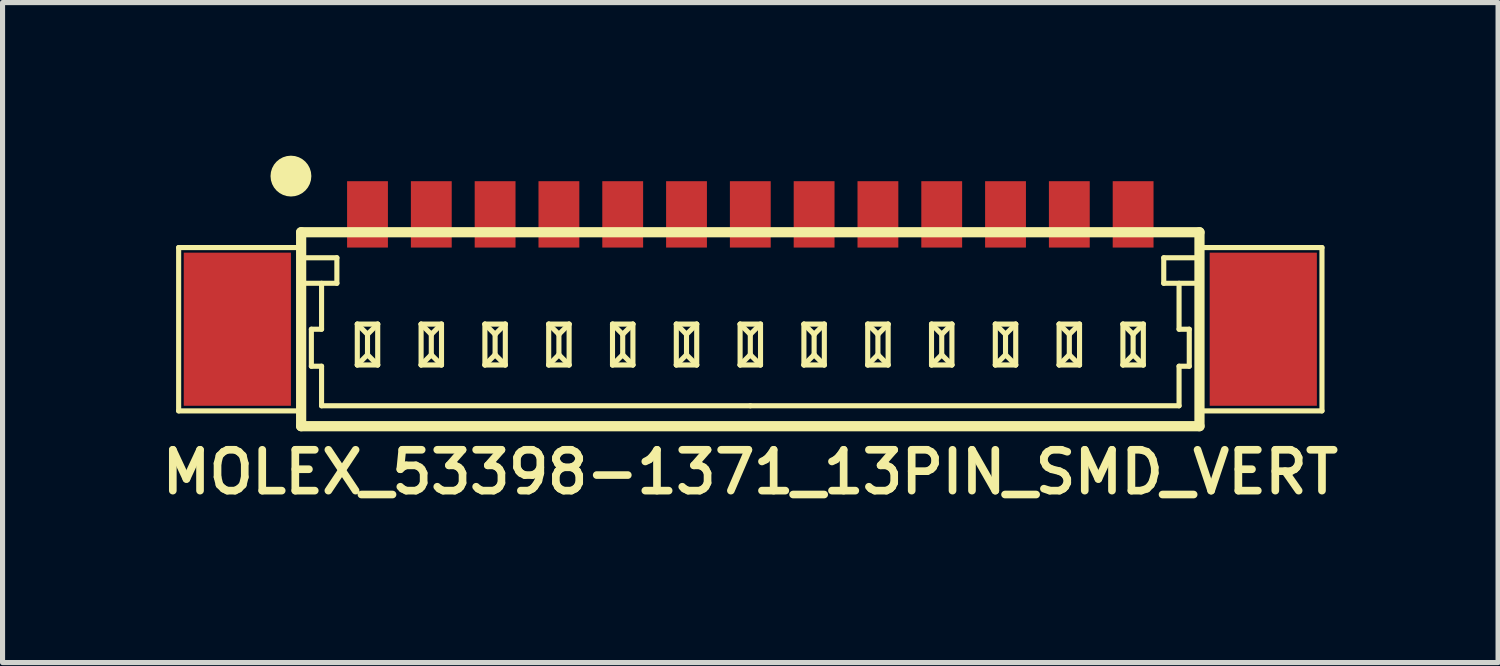
<source format=kicad_pcb>
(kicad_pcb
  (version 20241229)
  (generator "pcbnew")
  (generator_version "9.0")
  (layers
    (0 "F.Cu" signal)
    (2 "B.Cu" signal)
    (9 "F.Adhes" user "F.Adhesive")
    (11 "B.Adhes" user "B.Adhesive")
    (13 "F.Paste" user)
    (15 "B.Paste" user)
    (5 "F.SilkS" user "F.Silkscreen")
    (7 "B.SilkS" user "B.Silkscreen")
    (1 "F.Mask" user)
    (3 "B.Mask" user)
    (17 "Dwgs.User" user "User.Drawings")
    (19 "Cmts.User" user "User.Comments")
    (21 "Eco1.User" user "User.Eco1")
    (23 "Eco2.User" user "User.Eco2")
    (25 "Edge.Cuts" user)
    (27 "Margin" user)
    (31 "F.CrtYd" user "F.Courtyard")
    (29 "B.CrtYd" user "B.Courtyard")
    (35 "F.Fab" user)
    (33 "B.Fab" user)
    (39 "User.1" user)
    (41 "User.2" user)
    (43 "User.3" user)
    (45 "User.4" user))
  (footprint "MOLEX_53398-1371_13PIN_SMD_VERT"
    (layer "F.Cu")
    (at 11.65 3.4)
    (property "Reference" "MOLEX_53398-1371_13PIN_SMD_VERT" (at 0 2.8 0) (layer "F.SilkS") (effects (font (size 0.8 0.8) (thickness 0.15))))
    (attr through_hole)
    (fp_line (start -11.2 -1.6) (end -8.8 -1.6) (stroke (width 0.1) (type solid)) (layer "F.SilkS"))
    (fp_line (start -11.2 1.6) (end -11.2 -1.6) (stroke (width 0.1) (type solid)) (layer "F.SilkS"))
    (fp_line (start -8.8 -1.9) (end -8.8 1.9) (stroke (width 0.2) (type solid)) (layer "F.SilkS"))
    (fp_line (start -8.8 -1.9) (end 8.8 -1.9) (stroke (width 0.2) (type solid)) (layer "F.SilkS"))
    (fp_line (start -8.8 -0.9) (end -8.1 -0.9) (stroke (width 0.1) (type solid)) (layer "F.SilkS"))
    (fp_line (start -8.8 1.6) (end -11.2 1.6) (stroke (width 0.1) (type solid)) (layer "F.SilkS"))
    (fp_line (start -8.8 1.9) (end 8.8 1.9) (stroke (width 0.2) (type solid)) (layer "F.SilkS"))
    (fp_line (start -8.6 0) (end -8.4 0) (stroke (width 0.1) (type solid)) (layer "F.SilkS"))
    (fp_line (start -8.6 0.725) (end -8.6 0) (stroke (width 0.1) (type solid)) (layer "F.SilkS"))
    (fp_line (start -8.4 0) (end -8.4 -0.9) (stroke (width 0.1) (type solid)) (layer "F.SilkS"))
    (fp_line (start -8.4 0.725) (end -8.6 0.725) (stroke (width 0.1) (type solid)) (layer "F.SilkS"))
    (fp_line (start -8.4 1.5) (end -8.4 0.725) (stroke (width 0.1) (type solid)) (layer "F.SilkS"))
    (fp_line (start -8.1 -1.4) (end -8.8 -1.4) (stroke (width 0.1) (type solid)) (layer "F.SilkS"))
    (fp_line (start -8.1 -0.9) (end -8.1 -1.4) (stroke (width 0.1) (type solid)) (layer "F.SilkS"))
    (fp_line (start -7.7 -0.1) (end -7.7 0.7) (stroke (width 0.1) (type solid)) (layer "F.SilkS"))
    (fp_line (start -7.7 -0.1) (end -7.5 0.1) (stroke (width 0.1) (type solid)) (layer "F.SilkS"))
    (fp_line (start -7.7 -0.1) (end -7.3 -0.1) (stroke (width 0.1) (type solid)) (layer "F.SilkS"))
    (fp_line (start -7.7 0.7) (end -7.5 0.5) (stroke (width 0.1) (type solid)) (layer "F.SilkS"))
    (fp_line (start -7.7 0.7) (end -7.3 0.7) (stroke (width 0.1) (type solid)) (layer "F.SilkS"))
    (fp_line (start -7.5 0.1) (end -7.3 -0.1) (stroke (width 0.1) (type solid)) (layer "F.SilkS"))
    (fp_line (start -7.5 0.5) (end -7.5 0.1) (stroke (width 0.1) (type solid)) (layer "F.SilkS"))
    (fp_line (start -7.5 0.5) (end -7.3 0.7) (stroke (width 0.1) (type solid)) (layer "F.SilkS"))
    (fp_line (start -7.3 -0.1) (end -7.3 0.7) (stroke (width 0.1) (type solid)) (layer "F.SilkS"))
    (fp_line (start -6.45 -0.1) (end -6.45 0.7) (stroke (width 0.1) (type solid)) (layer "F.SilkS"))
    (fp_line (start -6.45 -0.1) (end -6.25 0.1) (stroke (width 0.1) (type solid)) (layer "F.SilkS"))
    (fp_line (start -6.45 -0.1) (end -6.05 -0.1) (stroke (width 0.1) (type solid)) (layer "F.SilkS"))
    (fp_line (start -6.45 0.7) (end -6.25 0.5) (stroke (width 0.1) (type solid)) (layer "F.SilkS"))
    (fp_line (start -6.45 0.7) (end -6.05 0.7) (stroke (width 0.1) (type solid)) (layer "F.SilkS"))
    (fp_line (start -6.25 0.1) (end -6.05 -0.1) (stroke (width 0.1) (type solid)) (layer "F.SilkS"))
    (fp_line (start -6.25 0.5) (end -6.25 0.1) (stroke (width 0.1) (type solid)) (layer "F.SilkS"))
    (fp_line (start -6.25 0.5) (end -6.05 0.7) (stroke (width 0.1) (type solid)) (layer "F.SilkS"))
    (fp_line (start -6.05 -0.1) (end -6.05 0.7) (stroke (width 0.1) (type solid)) (layer "F.SilkS"))
    (fp_line (start -5.2 -0.1) (end -5.2 0.7) (stroke (width 0.1) (type solid)) (layer "F.SilkS"))
    (fp_line (start -5.2 -0.1) (end -5 0.1) (stroke (width 0.1) (type solid)) (layer "F.SilkS"))
    (fp_line (start -5.2 -0.1) (end -4.8 -0.1) (stroke (width 0.1) (type solid)) (layer "F.SilkS"))
    (fp_line (start -5.2 0.7) (end -5 0.5) (stroke (width 0.1) (type solid)) (layer "F.SilkS"))
    (fp_line (start -5.2 0.7) (end -4.8 0.7) (stroke (width 0.1) (type solid)) (layer "F.SilkS"))
    (fp_line (start -5 0.1) (end -4.8 -0.1) (stroke (width 0.1) (type solid)) (layer "F.SilkS"))
    (fp_line (start -5 0.5) (end -5 0.1) (stroke (width 0.1) (type solid)) (layer "F.SilkS"))
    (fp_line (start -5 0.5) (end -4.8 0.7) (stroke (width 0.1) (type solid)) (layer "F.SilkS"))
    (fp_line (start -4.8 -0.1) (end -4.8 0.7) (stroke (width 0.1) (type solid)) (layer "F.SilkS"))
    (fp_line (start -3.95 -0.1) (end -3.95 0.7) (stroke (width 0.1) (type solid)) (layer "F.SilkS"))
    (fp_line (start -3.95 -0.1) (end -3.75 0.1) (stroke (width 0.1) (type solid)) (layer "F.SilkS"))
    (fp_line (start -3.95 -0.1) (end -3.55 -0.1) (stroke (width 0.1) (type solid)) (layer "F.SilkS"))
    (fp_line (start -3.95 0.7) (end -3.75 0.5) (stroke (width 0.1) (type solid)) (layer "F.SilkS"))
    (fp_line (start -3.95 0.7) (end -3.55 0.7) (stroke (width 0.1) (type solid)) (layer "F.SilkS"))
    (fp_line (start -3.75 0.1) (end -3.55 -0.1) (stroke (width 0.1) (type solid)) (layer "F.SilkS"))
    (fp_line (start -3.75 0.5) (end -3.75 0.1) (stroke (width 0.1) (type solid)) (layer "F.SilkS"))
    (fp_line (start -3.75 0.5) (end -3.55 0.7) (stroke (width 0.1) (type solid)) (layer "F.SilkS"))
    (fp_line (start -3.55 -0.1) (end -3.55 0.7) (stroke (width 0.1) (type solid)) (layer "F.SilkS"))
    (fp_line (start -2.7 -0.1) (end -2.7 0.7) (stroke (width 0.1) (type solid)) (layer "F.SilkS"))
    (fp_line (start -2.7 -0.1) (end -2.5 0.1) (stroke (width 0.1) (type solid)) (layer "F.SilkS"))
    (fp_line (start -2.7 -0.1) (end -2.3 -0.1) (stroke (width 0.1) (type solid)) (layer "F.SilkS"))
    (fp_line (start -2.7 0.7) (end -2.5 0.5) (stroke (width 0.1) (type solid)) (layer "F.SilkS"))
    (fp_line (start -2.7 0.7) (end -2.3 0.7) (stroke (width 0.1) (type solid)) (layer "F.SilkS"))
    (fp_line (start -2.5 0.1) (end -2.3 -0.1) (stroke (width 0.1) (type solid)) (layer "F.SilkS"))
    (fp_line (start -2.5 0.5) (end -2.5 0.1) (stroke (width 0.1) (type solid)) (layer "F.SilkS"))
    (fp_line (start -2.5 0.5) (end -2.3 0.7) (stroke (width 0.1) (type solid)) (layer "F.SilkS"))
    (fp_line (start -2.3 -0.1) (end -2.3 0.7) (stroke (width 0.1) (type solid)) (layer "F.SilkS"))
    (fp_line (start -1.45 -0.1) (end -1.45 0.7) (stroke (width 0.1) (type solid)) (layer "F.SilkS"))
    (fp_line (start -1.45 -0.1) (end -1.25 0.1) (stroke (width 0.1) (type solid)) (layer "F.SilkS"))
    (fp_line (start -1.45 -0.1) (end -1.05 -0.1) (stroke (width 0.1) (type solid)) (layer "F.SilkS"))
    (fp_line (start -1.45 0.7) (end -1.25 0.5) (stroke (width 0.1) (type solid)) (layer "F.SilkS"))
    (fp_line (start -1.45 0.7) (end -1.05 0.7) (stroke (width 0.1) (type solid)) (layer "F.SilkS"))
    (fp_line (start -1.25 0.1) (end -1.05 -0.1) (stroke (width 0.1) (type solid)) (layer "F.SilkS"))
    (fp_line (start -1.25 0.5) (end -1.25 0.1) (stroke (width 0.1) (type solid)) (layer "F.SilkS"))
    (fp_line (start -1.25 0.5) (end -1.05 0.7) (stroke (width 0.1) (type solid)) (layer "F.SilkS"))
    (fp_line (start -1.05 -0.1) (end -1.05 0.7) (stroke (width 0.1) (type solid)) (layer "F.SilkS"))
    (fp_line (start -0.2 -0.1) (end -0.2 0.7) (stroke (width 0.1) (type solid)) (layer "F.SilkS"))
    (fp_line (start -0.2 -0.1) (end 0 0.1) (stroke (width 0.1) (type solid)) (layer "F.SilkS"))
    (fp_line (start -0.2 -0.1) (end 0.2 -0.1) (stroke (width 0.1) (type solid)) (layer "F.SilkS"))
    (fp_line (start -0.2 0.7) (end 0 0.5) (stroke (width 0.1) (type solid)) (layer "F.SilkS"))
    (fp_line (start -0.2 0.7) (end 0.2 0.7) (stroke (width 0.1) (type solid)) (layer "F.SilkS"))
    (fp_line (start 0 0.1) (end 0.2 -0.1) (stroke (width 0.1) (type solid)) (layer "F.SilkS"))
    (fp_line (start 0 0.5) (end 0 0.1) (stroke (width 0.1) (type solid)) (layer "F.SilkS"))
    (fp_line (start 0 0.5) (end 0.2 0.7) (stroke (width 0.1) (type solid)) (layer "F.SilkS"))
    (fp_line (start 0 1.5) (end -8.4 1.5) (stroke (width 0.1) (type solid)) (layer "F.SilkS"))
    (fp_line (start 0 1.5) (end 8.4 1.5) (stroke (width 0.1) (type solid)) (layer "F.SilkS"))
    (fp_line (start 0.2 -0.1) (end 0.2 0.7) (stroke (width 0.1) (type solid)) (layer "F.SilkS"))
    (fp_line (start 1.05 -0.1) (end 1.05 0.7) (stroke (width 0.1) (type solid)) (layer "F.SilkS"))
    (fp_line (start 1.05 -0.1) (end 1.25 0.1) (stroke (width 0.1) (type solid)) (layer "F.SilkS"))
    (fp_line (start 1.05 -0.1) (end 1.45 -0.1) (stroke (width 0.1) (type solid)) (layer "F.SilkS"))
    (fp_line (start 1.05 0.7) (end 1.25 0.5) (stroke (width 0.1) (type solid)) (layer "F.SilkS"))
    (fp_line (start 1.05 0.7) (end 1.45 0.7) (stroke (width 0.1) (type solid)) (layer "F.SilkS"))
    (fp_line (start 1.25 0.1) (end 1.45 -0.1) (stroke (width 0.1) (type solid)) (layer "F.SilkS"))
    (fp_line (start 1.25 0.5) (end 1.25 0.1) (stroke (width 0.1) (type solid)) (layer "F.SilkS"))
    (fp_line (start 1.25 0.5) (end 1.45 0.7) (stroke (width 0.1) (type solid)) (layer "F.SilkS"))
    (fp_line (start 1.45 -0.1) (end 1.45 0.7) (stroke (width 0.1) (type solid)) (layer "F.SilkS"))
    (fp_line (start 2.3 -0.1) (end 2.3 0.7) (stroke (width 0.1) (type solid)) (layer "F.SilkS"))
    (fp_line (start 2.3 -0.1) (end 2.5 0.1) (stroke (width 0.1) (type solid)) (layer "F.SilkS"))
    (fp_line (start 2.3 -0.1) (end 2.7 -0.1) (stroke (width 0.1) (type solid)) (layer "F.SilkS"))
    (fp_line (start 2.3 0.7) (end 2.5 0.5) (stroke (width 0.1) (type solid)) (layer "F.SilkS"))
    (fp_line (start 2.3 0.7) (end 2.7 0.7) (stroke (width 0.1) (type solid)) (layer "F.SilkS"))
    (fp_line (start 2.5 0.1) (end 2.7 -0.1) (stroke (width 0.1) (type solid)) (layer "F.SilkS"))
    (fp_line (start 2.5 0.5) (end 2.5 0.1) (stroke (width 0.1) (type solid)) (layer "F.SilkS"))
    (fp_line (start 2.5 0.5) (end 2.7 0.7) (stroke (width 0.1) (type solid)) (layer "F.SilkS"))
    (fp_line (start 2.7 -0.1) (end 2.7 0.7) (stroke (width 0.1) (type solid)) (layer "F.SilkS"))
    (fp_line (start 3.55 -0.1) (end 3.55 0.7) (stroke (width 0.1) (type solid)) (layer "F.SilkS"))
    (fp_line (start 3.55 -0.1) (end 3.75 0.1) (stroke (width 0.1) (type solid)) (layer "F.SilkS"))
    (fp_line (start 3.55 -0.1) (end 3.95 -0.1) (stroke (width 0.1) (type solid)) (layer "F.SilkS"))
    (fp_line (start 3.55 0.7) (end 3.75 0.5) (stroke (width 0.1) (type solid)) (layer "F.SilkS"))
    (fp_line (start 3.55 0.7) (end 3.95 0.7) (stroke (width 0.1) (type solid)) (layer "F.SilkS"))
    (fp_line (start 3.75 0.1) (end 3.95 -0.1) (stroke (width 0.1) (type solid)) (layer "F.SilkS"))
    (fp_line (start 3.75 0.5) (end 3.75 0.1) (stroke (width 0.1) (type solid)) (layer "F.SilkS"))
    (fp_line (start 3.75 0.5) (end 3.95 0.7) (stroke (width 0.1) (type solid)) (layer "F.SilkS"))
    (fp_line (start 3.95 -0.1) (end 3.95 0.7) (stroke (width 0.1) (type solid)) (layer "F.SilkS"))
    (fp_line (start 4.8 -0.1) (end 4.8 0.7) (stroke (width 0.1) (type solid)) (layer "F.SilkS"))
    (fp_line (start 4.8 -0.1) (end 5 0.1) (stroke (width 0.1) (type solid)) (layer "F.SilkS"))
    (fp_line (start 4.8 -0.1) (end 5.2 -0.1) (stroke (width 0.1) (type solid)) (layer "F.SilkS"))
    (fp_line (start 4.8 0.7) (end 5 0.5) (stroke (width 0.1) (type solid)) (layer "F.SilkS"))
    (fp_line (start 4.8 0.7) (end 5.2 0.7) (stroke (width 0.1) (type solid)) (layer "F.SilkS"))
    (fp_line (start 5 0.1) (end 5.2 -0.1) (stroke (width 0.1) (type solid)) (layer "F.SilkS"))
    (fp_line (start 5 0.5) (end 5 0.1) (stroke (width 0.1) (type solid)) (layer "F.SilkS"))
    (fp_line (start 5 0.5) (end 5.2 0.7) (stroke (width 0.1) (type solid)) (layer "F.SilkS"))
    (fp_line (start 5.2 -0.1) (end 5.2 0.7) (stroke (width 0.1) (type solid)) (layer "F.SilkS"))
    (fp_line (start 6.05 -0.1) (end 6.05 0.7) (stroke (width 0.1) (type solid)) (layer "F.SilkS"))
    (fp_line (start 6.05 -0.1) (end 6.25 0.1) (stroke (width 0.1) (type solid)) (layer "F.SilkS"))
    (fp_line (start 6.05 -0.1) (end 6.45 -0.1) (stroke (width 0.1) (type solid)) (layer "F.SilkS"))
    (fp_line (start 6.05 0.7) (end 6.25 0.5) (stroke (width 0.1) (type solid)) (layer "F.SilkS"))
    (fp_line (start 6.05 0.7) (end 6.45 0.7) (stroke (width 0.1) (type solid)) (layer "F.SilkS"))
    (fp_line (start 6.25 0.1) (end 6.45 -0.1) (stroke (width 0.1) (type solid)) (layer "F.SilkS"))
    (fp_line (start 6.25 0.5) (end 6.25 0.1) (stroke (width 0.1) (type solid)) (layer "F.SilkS"))
    (fp_line (start 6.25 0.5) (end 6.45 0.7) (stroke (width 0.1) (type solid)) (layer "F.SilkS"))
    (fp_line (start 6.45 -0.1) (end 6.45 0.7) (stroke (width 0.1) (type solid)) (layer "F.SilkS"))
    (fp_line (start 7.3 -0.1) (end 7.3 0.7) (stroke (width 0.1) (type solid)) (layer "F.SilkS"))
    (fp_line (start 7.3 -0.1) (end 7.5 0.1) (stroke (width 0.1) (type solid)) (layer "F.SilkS"))
    (fp_line (start 7.3 -0.1) (end 7.7 -0.1) (stroke (width 0.1) (type solid)) (layer "F.SilkS"))
    (fp_line (start 7.3 0.7) (end 7.5 0.5) (stroke (width 0.1) (type solid)) (layer "F.SilkS"))
    (fp_line (start 7.3 0.7) (end 7.7 0.7) (stroke (width 0.1) (type solid)) (layer "F.SilkS"))
    (fp_line (start 7.5 0.1) (end 7.7 -0.1) (stroke (width 0.1) (type solid)) (layer "F.SilkS"))
    (fp_line (start 7.5 0.5) (end 7.5 0.1) (stroke (width 0.1) (type solid)) (layer "F.SilkS"))
    (fp_line (start 7.5 0.5) (end 7.7 0.7) (stroke (width 0.1) (type solid)) (layer "F.SilkS"))
    (fp_line (start 7.7 -0.1) (end 7.7 0.7) (stroke (width 0.1) (type solid)) (layer "F.SilkS"))
    (fp_line (start 8.1 -1.4) (end 8.8 -1.4) (stroke (width 0.1) (type solid)) (layer "F.SilkS"))
    (fp_line (start 8.1 -0.9) (end 8.1 -1.4) (stroke (width 0.1) (type solid)) (layer "F.SilkS"))
    (fp_line (start 8.4 0) (end 8.4 -0.9) (stroke (width 0.1) (type solid)) (layer "F.SilkS"))
    (fp_line (start 8.4 0.725) (end 8.6 0.725) (stroke (width 0.1) (type solid)) (layer "F.SilkS"))
    (fp_line (start 8.4 1.5) (end 8.4 0.725) (stroke (width 0.1) (type solid)) (layer "F.SilkS"))
    (fp_line (start 8.6 0) (end 8.4 0) (stroke (width 0.1) (type solid)) (layer "F.SilkS"))
    (fp_line (start 8.6 0.725) (end 8.6 0) (stroke (width 0.1) (type solid)) (layer "F.SilkS"))
    (fp_line (start 8.8 -1.9) (end 8.8 1.9) (stroke (width 0.2) (type solid)) (layer "F.SilkS"))
    (fp_line (start 8.8 -0.9) (end 8.1 -0.9) (stroke (width 0.1) (type solid)) (layer "F.SilkS"))
    (fp_line (start 8.8 1.6) (end 11.2 1.6) (stroke (width 0.1) (type solid)) (layer "F.SilkS"))
    (fp_line (start 11.2 -1.6) (end 8.8 -1.6) (stroke (width 0.1) (type solid)) (layer "F.SilkS"))
    (fp_line (start 11.2 1.6) (end 11.2 -1.6) (stroke (width 0.1) (type solid)) (layer "F.SilkS"))
    (fp_circle (center -9 -3) (end -9 -2.8) (stroke (width 0.4) (type solid)) (fill no) (layer "F.SilkS"))
    (pad "" smd rect (at -10.05 0) (size 2.1 3) (layers "F.Cu" "F.Mask"))
    (pad "" smd rect (at 10.05 0) (size 2.1 3) (layers "F.Cu" "F.Mask"))
    (pad "1" smd rect (at -7.5 -2.25) (size 0.8 1.3) (layers "F.Cu" "F.Mask"))
    (pad "2" smd rect (at -6.25 -2.25) (size 0.8 1.3) (layers "F.Cu" "F.Mask"))
    (pad "3" smd rect (at -5 -2.25) (size 0.8 1.3) (layers "F.Cu" "F.Mask"))
    (pad "4" smd rect (at -3.75 -2.25) (size 0.8 1.3) (layers "F.Cu" "F.Mask"))
    (pad "5" smd rect (at -2.5 -2.25) (size 0.8 1.3) (layers "F.Cu" "F.Mask"))
    (pad "6" smd rect (at -1.25 -2.25) (size 0.8 1.3) (layers "F.Cu" "F.Mask"))
    (pad "7" smd rect (at 0 -2.25) (size 0.8 1.3) (layers "F.Cu" "F.Mask"))
    (pad "8" smd rect (at 1.25 -2.25) (size 0.8 1.3) (layers "F.Cu" "F.Mask"))
    (pad "9" smd rect (at 2.5 -2.25) (size 0.8 1.3) (layers "F.Cu" "F.Mask"))
    (pad "10" smd rect (at 3.75 -2.25) (size 0.8 1.3) (layers "F.Cu" "F.Mask"))
    (pad "11" smd rect (at 5 -2.25) (size 0.8 1.3) (layers "F.Cu" "F.Mask"))
    (pad "12" smd rect (at 6.25 -2.25) (size 0.8 1.3) (layers "F.Cu" "F.Mask"))
    (pad "13" smd rect (at 7.5 -2.25) (size 0.8 1.3) (layers "F.Cu" "F.Mask")))
  (gr_rect
    (start -3 -3)
    (end 26.3 9.931)
    (stroke (width 0.1) (type default))
    (fill no)
    (layer "Edge.Cuts")))
</source>
